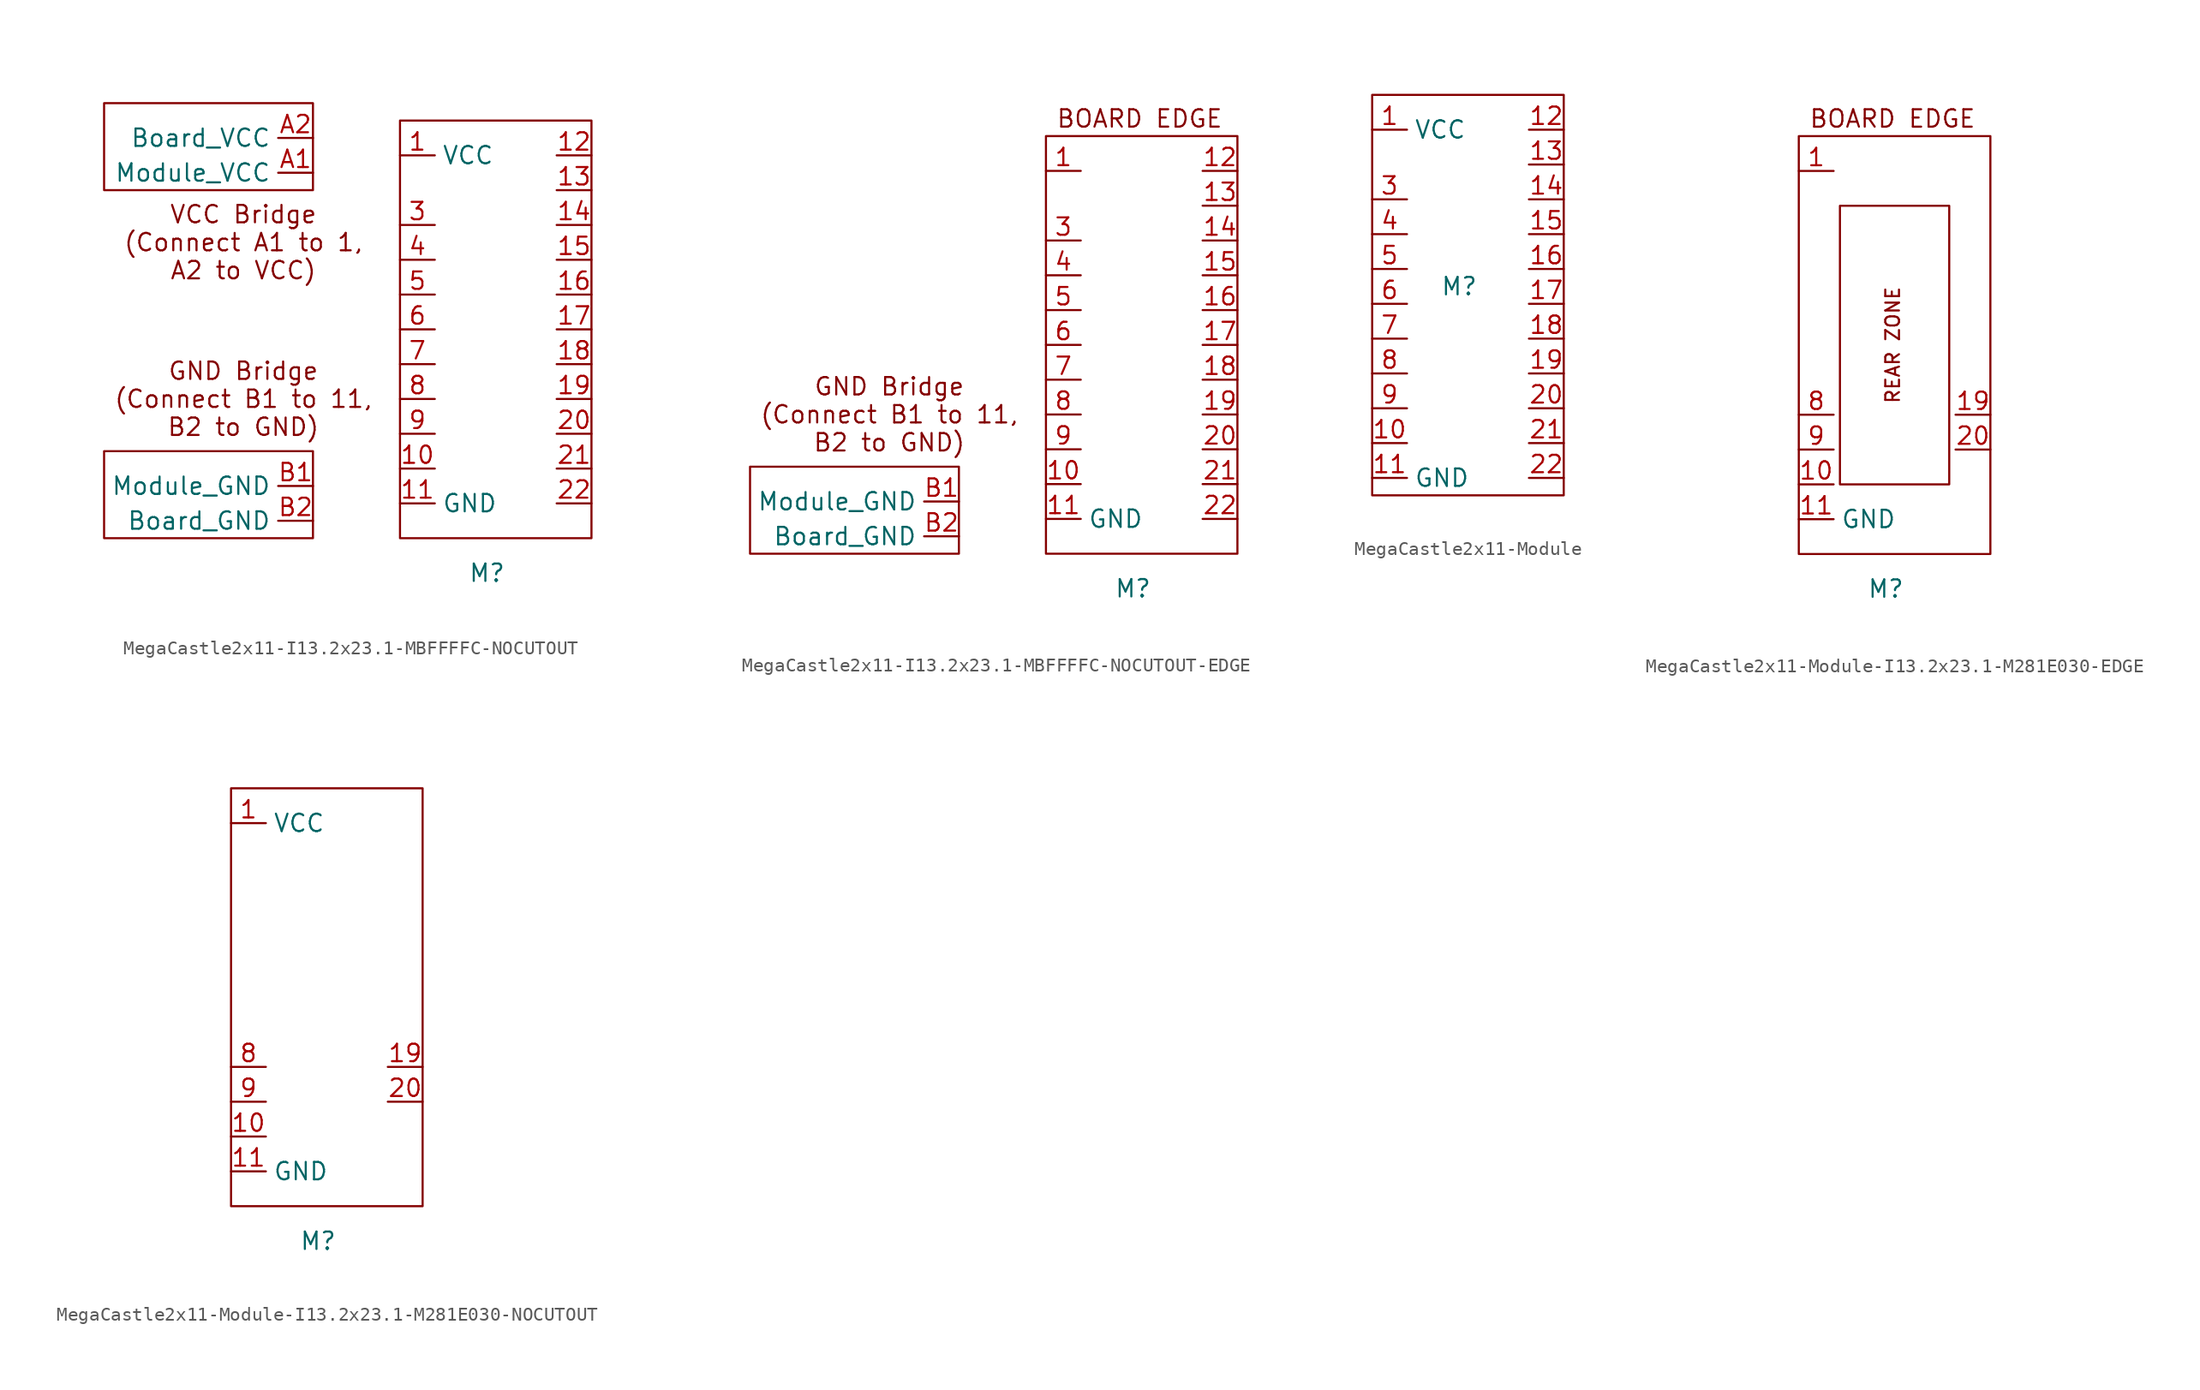
<source format=kicad_sym>
(kicad_symbol_lib
  (version 20231120)
  (generator "kicad_symbol_editor")
  (generator_version "8.0")
  (symbol "MegaCastle2x11-I13.2x23.1-MBFFFFC-NOCUTOUT"
    (property "Reference" "M"
      (at 0 -17.78 0)
      (effects (font (size 1.27 1.27))))
    (property "Value" ""
      (at 0 5.08 0)
      (effects (font (size 1.27 1.27))))
    (symbol "MegaCastle2x11-I13.2x23.1-MBFFFFC-NOCUTOUT_0_1"
      (rectangle (start -27.94 -8.89) (end -12.7 -15.24) (stroke (width 0) (type default)) (fill (type none)))
      (rectangle (start -27.94 16.51) (end -12.7 10.16) (stroke (width 0) (type default)) (fill (type none)))
      (rectangle (start -6.35 15.24) (end 7.62 -15.24) (stroke (width 0) (type default)) (fill (type none))))
    (symbol "MegaCastle2x11-I13.2x23.1-MBFFFFC-NOCUTOUT_1_1"
      (text "GND Bridge\n(Connect B1 to 11,\nB2 to GND)" (at -17.78 -5.08 0) (effects (font (size 1.27 1.27))))
      (text "VCC Bridge\n(Connect A1 to 1,\nA2 to VCC)" (at -17.78 6.35 0) (effects (font (size 1.27 1.27))))
      (pin bidirectional line (at -6.35 12.7 0) (length 2.54) (name "VCC" (effects (font (size 1.27 1.27)))) (number "1" (effects (font (size 1.27 1.27)))))
      (pin bidirectional line (at -6.35 -10.16 0) (length 2.54) (name "" (effects (font (size 1.27 1.27)))) (number "10" (effects (font (size 1.27 1.27)))))
      (pin bidirectional line (at -6.35 -12.7 0) (length 2.54) (name "GND" (effects (font (size 1.27 1.27)))) (number "11" (effects (font (size 1.27 1.27)))))
      (pin bidirectional line (at 7.62 12.7 180) (length 2.54) (name "" (effects (font (size 1.27 1.27)))) (number "12" (effects (font (size 1.27 1.27)))))
      (pin bidirectional line (at 7.62 10.16 180) (length 2.54) (name "" (effects (font (size 1.27 1.27)))) (number "13" (effects (font (size 1.27 1.27)))))
      (pin bidirectional line (at 7.62 7.62 180) (length 2.54) (name "" (effects (font (size 1.27 1.27)))) (number "14" (effects (font (size 1.27 1.27)))))
      (pin bidirectional line (at 7.62 5.08 180) (length 2.54) (name "" (effects (font (size 1.27 1.27)))) (number "15" (effects (font (size 1.27 1.27)))))
      (pin bidirectional line (at 7.62 2.54 180) (length 2.54) (name "" (effects (font (size 1.27 1.27)))) (number "16" (effects (font (size 1.27 1.27)))))
      (pin bidirectional line (at 7.62 0 180) (length 2.54) (name "" (effects (font (size 1.27 1.27)))) (number "17" (effects (font (size 1.27 1.27)))))
      (pin bidirectional line (at 7.62 -2.54 180) (length 2.54) (name "" (effects (font (size 1.27 1.27)))) (number "18" (effects (font (size 1.27 1.27)))))
      (pin bidirectional line (at 7.62 -5.08 180) (length 2.54) (name "" (effects (font (size 1.27 1.27)))) (number "19" (effects (font (size 1.27 1.27)))))
      (pin bidirectional line (at 7.62 -7.62 180) (length 2.54) (name "" (effects (font (size 1.27 1.27)))) (number "20" (effects (font (size 1.27 1.27)))))
      (pin bidirectional line (at 7.62 -10.16 180) (length 2.54) (name "" (effects (font (size 1.27 1.27)))) (number "21" (effects (font (size 1.27 1.27)))))
      (pin bidirectional line (at 7.62 -12.7 180) (length 2.54) (name "" (effects (font (size 1.27 1.27)))) (number "22" (effects (font (size 1.27 1.27)))))
      (pin bidirectional line (at -6.35 7.62 0) (length 2.54) (name "" (effects (font (size 1.27 1.27)))) (number "3" (effects (font (size 1.27 1.27)))))
      (pin bidirectional line (at -6.35 5.08 0) (length 2.54) (name "" (effects (font (size 1.27 1.27)))) (number "4" (effects (font (size 1.27 1.27)))))
      (pin bidirectional line (at -6.35 2.54 0) (length 2.54) (name "" (effects (font (size 1.27 1.27)))) (number "5" (effects (font (size 1.27 1.27)))))
      (pin bidirectional line (at -6.35 0 0) (length 2.54) (name "" (effects (font (size 1.27 1.27)))) (number "6" (effects (font (size 1.27 1.27)))))
      (pin bidirectional line (at -6.35 -2.54 0) (length 2.54) (name "" (effects (font (size 1.27 1.27)))) (number "7" (effects (font (size 1.27 1.27)))))
      (pin bidirectional line (at -6.35 -5.08 0) (length 2.54) (name "" (effects (font (size 1.27 1.27)))) (number "8" (effects (font (size 1.27 1.27)))))
      (pin bidirectional line (at -6.35 -7.62 0) (length 2.54) (name "" (effects (font (size 1.27 1.27)))) (number "9" (effects (font (size 1.27 1.27)))))
      (pin bidirectional line (at -12.7 11.43 180) (length 2.54) (name "Module_VCC" (effects (font (size 1.27 1.27)))) (number "A1" (effects (font (size 1.27 1.27)))))
      (pin bidirectional line (at -12.7 13.97 180) (length 2.54) (name "Board_VCC" (effects (font (size 1.27 1.27)))) (number "A2" (effects (font (size 1.27 1.27)))))
      (pin bidirectional line (at -12.7 -11.43 180) (length 2.54) (name "Module_GND" (effects (font (size 1.27 1.27)))) (number "B1" (effects (font (size 1.27 1.27)))))
      (pin bidirectional line (at -12.7 -13.97 180) (length 2.54) (name "Board_GND" (effects (font (size 1.27 1.27)))) (number "B2" (effects (font (size 1.27 1.27)))))))
  (symbol "MegaCastle2x11-I13.2x23.1-MBFFFFC-NOCUTOUT-EDGE"
    (property "Reference" "M"
      (at 0 -17.78 0)
      (effects (font (size 1.27 1.27))))
    (property "Value" ""
      (at 0 5.08 0)
      (effects (font (size 1.27 1.27))))
    (symbol "MegaCastle2x11-I13.2x23.1-MBFFFFC-NOCUTOUT-EDGE_0_1"
      (rectangle (start -27.94 -8.89) (end -12.7 -15.24) (stroke (width 0) (type default)) (fill (type none)))
      (rectangle (start -6.35 15.24) (end 7.62 -15.24) (stroke (width 0) (type default)) (fill (type none))))
    (symbol "MegaCastle2x11-I13.2x23.1-MBFFFFC-NOCUTOUT-EDGE_1_1"
      (text " BOARD EDGE" (at 0 16.51 0) (effects (font (size 1.27 1.27))))
      (text "GND Bridge\n(Connect B1 to 11,\nB2 to GND)" (at -17.78 -5.08 0) (effects (font (size 1.27 1.27))))
      (pin bidirectional line (at -6.35 12.7 0) (length 2.54) (name "" (effects (font (size 1.27 1.27)))) (number "1" (effects (font (size 1.27 1.27)))))
      (pin bidirectional line (at -6.35 -10.16 0) (length 2.54) (name "" (effects (font (size 1.27 1.27)))) (number "10" (effects (font (size 1.27 1.27)))))
      (pin bidirectional line (at -6.35 -12.7 0) (length 2.54) (name "GND" (effects (font (size 1.27 1.27)))) (number "11" (effects (font (size 1.27 1.27)))))
      (pin bidirectional line (at 7.62 12.7 180) (length 2.54) (name "" (effects (font (size 1.27 1.27)))) (number "12" (effects (font (size 1.27 1.27)))))
      (pin bidirectional line (at 7.62 10.16 180) (length 2.54) (name "" (effects (font (size 1.27 1.27)))) (number "13" (effects (font (size 1.27 1.27)))))
      (pin bidirectional line (at 7.62 7.62 180) (length 2.54) (name "" (effects (font (size 1.27 1.27)))) (number "14" (effects (font (size 1.27 1.27)))))
      (pin bidirectional line (at 7.62 5.08 180) (length 2.54) (name "" (effects (font (size 1.27 1.27)))) (number "15" (effects (font (size 1.27 1.27)))))
      (pin bidirectional line (at 7.62 2.54 180) (length 2.54) (name "" (effects (font (size 1.27 1.27)))) (number "16" (effects (font (size 1.27 1.27)))))
      (pin bidirectional line (at 7.62 0 180) (length 2.54) (name "" (effects (font (size 1.27 1.27)))) (number "17" (effects (font (size 1.27 1.27)))))
      (pin bidirectional line (at 7.62 -2.54 180) (length 2.54) (name "" (effects (font (size 1.27 1.27)))) (number "18" (effects (font (size 1.27 1.27)))))
      (pin bidirectional line (at 7.62 -5.08 180) (length 2.54) (name "" (effects (font (size 1.27 1.27)))) (number "19" (effects (font (size 1.27 1.27)))))
      (pin bidirectional line (at 7.62 -7.62 180) (length 2.54) (name "" (effects (font (size 1.27 1.27)))) (number "20" (effects (font (size 1.27 1.27)))))
      (pin bidirectional line (at 7.62 -10.16 180) (length 2.54) (name "" (effects (font (size 1.27 1.27)))) (number "21" (effects (font (size 1.27 1.27)))))
      (pin bidirectional line (at 7.62 -12.7 180) (length 2.54) (name "" (effects (font (size 1.27 1.27)))) (number "22" (effects (font (size 1.27 1.27)))))
      (pin bidirectional line (at -6.35 7.62 0) (length 2.54) (name "" (effects (font (size 1.27 1.27)))) (number "3" (effects (font (size 1.27 1.27)))))
      (pin bidirectional line (at -6.35 5.08 0) (length 2.54) (name "" (effects (font (size 1.27 1.27)))) (number "4" (effects (font (size 1.27 1.27)))))
      (pin bidirectional line (at -6.35 2.54 0) (length 2.54) (name "" (effects (font (size 1.27 1.27)))) (number "5" (effects (font (size 1.27 1.27)))))
      (pin bidirectional line (at -6.35 0 0) (length 2.54) (name "" (effects (font (size 1.27 1.27)))) (number "6" (effects (font (size 1.27 1.27)))))
      (pin bidirectional line (at -6.35 -2.54 0) (length 2.54) (name "" (effects (font (size 1.27 1.27)))) (number "7" (effects (font (size 1.27 1.27)))))
      (pin bidirectional line (at -6.35 -5.08 0) (length 2.54) (name "" (effects (font (size 1.27 1.27)))) (number "8" (effects (font (size 1.27 1.27)))))
      (pin bidirectional line (at -6.35 -7.62 0) (length 2.54) (name "" (effects (font (size 1.27 1.27)))) (number "9" (effects (font (size 1.27 1.27)))))
      (pin bidirectional line (at -12.7 -11.43 180) (length 2.54) (name "Module_GND" (effects (font (size 1.27 1.27)))) (number "B1" (effects (font (size 1.27 1.27)))))
      (pin bidirectional line (at -12.7 -13.97 180) (length 2.54) (name "Board_GND" (effects (font (size 1.27 1.27)))) (number "B2" (effects (font (size 1.27 1.27)))))))
  (symbol "MegaCastle2x11-Module"
    (property "Reference" "M"
      (at 0 0 0)
      (effects (font (size 1.27 1.27))))
    (property "Value" ""
      (at 0 5.08 0)
      (effects (font (size 1.27 1.27))))
    (symbol "MegaCastle2x11-Module_0_1"
      (rectangle (start -6.35 13.97) (end 7.62 -15.24) (stroke (width 0) (type default)) (fill (type none))))
    (symbol "MegaCastle2x11-Module_1_1"
      (pin bidirectional line (at -6.35 11.43 0) (length 2.54) (name "VCC" (effects (font (size 1.27 1.27)))) (number "1" (effects (font (size 1.27 1.27)))))
      (pin bidirectional line (at -6.35 -11.43 0) (length 2.54) (name "" (effects (font (size 1.27 1.27)))) (number "10" (effects (font (size 1.27 1.27)))))
      (pin bidirectional line (at -6.35 -13.97 0) (length 2.54) (name "GND" (effects (font (size 1.27 1.27)))) (number "11" (effects (font (size 1.27 1.27)))))
      (pin bidirectional line (at 7.62 11.43 180) (length 2.54) (name "" (effects (font (size 1.27 1.27)))) (number "12" (effects (font (size 1.27 1.27)))))
      (pin bidirectional line (at 7.62 8.89 180) (length 2.54) (name "" (effects (font (size 1.27 1.27)))) (number "13" (effects (font (size 1.27 1.27)))))
      (pin bidirectional line (at 7.62 6.35 180) (length 2.54) (name "" (effects (font (size 1.27 1.27)))) (number "14" (effects (font (size 1.27 1.27)))))
      (pin bidirectional line (at 7.62 3.81 180) (length 2.54) (name "" (effects (font (size 1.27 1.27)))) (number "15" (effects (font (size 1.27 1.27)))))
      (pin bidirectional line (at 7.62 1.27 180) (length 2.54) (name "" (effects (font (size 1.27 1.27)))) (number "16" (effects (font (size 1.27 1.27)))))
      (pin bidirectional line (at 7.62 -1.27 180) (length 2.54) (name "" (effects (font (size 1.27 1.27)))) (number "17" (effects (font (size 1.27 1.27)))))
      (pin bidirectional line (at 7.62 -3.81 180) (length 2.54) (name "" (effects (font (size 1.27 1.27)))) (number "18" (effects (font (size 1.27 1.27)))))
      (pin bidirectional line (at 7.62 -6.35 180) (length 2.54) (name "" (effects (font (size 1.27 1.27)))) (number "19" (effects (font (size 1.27 1.27)))))
      (pin bidirectional line (at 7.62 -8.89 180) (length 2.54) (name "" (effects (font (size 1.27 1.27)))) (number "20" (effects (font (size 1.27 1.27)))))
      (pin bidirectional line (at 7.62 -11.43 180) (length 2.54) (name "" (effects (font (size 1.27 1.27)))) (number "21" (effects (font (size 1.27 1.27)))))
      (pin bidirectional line (at 7.62 -13.97 180) (length 2.54) (name "" (effects (font (size 1.27 1.27)))) (number "22" (effects (font (size 1.27 1.27)))))
      (pin bidirectional line (at -6.35 6.35 0) (length 2.54) (name "" (effects (font (size 1.27 1.27)))) (number "3" (effects (font (size 1.27 1.27)))))
      (pin bidirectional line (at -6.35 3.81 0) (length 2.54) (name "" (effects (font (size 1.27 1.27)))) (number "4" (effects (font (size 1.27 1.27)))))
      (pin bidirectional line (at -6.35 1.27 0) (length 2.54) (name "" (effects (font (size 1.27 1.27)))) (number "5" (effects (font (size 1.27 1.27)))))
      (pin bidirectional line (at -6.35 -1.27 0) (length 2.54) (name "" (effects (font (size 1.27 1.27)))) (number "6" (effects (font (size 1.27 1.27)))))
      (pin bidirectional line (at -6.35 -3.81 0) (length 2.54) (name "" (effects (font (size 1.27 1.27)))) (number "7" (effects (font (size 1.27 1.27)))))
      (pin bidirectional line (at -6.35 -6.35 0) (length 2.54) (name "" (effects (font (size 1.27 1.27)))) (number "8" (effects (font (size 1.27 1.27)))))
      (pin bidirectional line (at -6.35 -8.89 0) (length 2.54) (name "" (effects (font (size 1.27 1.27)))) (number "9" (effects (font (size 1.27 1.27)))))))
  (symbol "MegaCastle2x11-Module-I13.2x23.1-M281E030-EDGE"
    (property "Reference" "M"
      (at 0 -17.78 0)
      (effects (font (size 1.27 1.27))))
    (property "Value" ""
      (at 0 5.08 0)
      (effects (font (size 1.27 1.27))))
    (symbol "MegaCastle2x11-Module-I13.2x23.1-M281E030-EDGE_0_1"
      (rectangle (start -6.35 15.24) (end 7.62 -15.24) (stroke (width 0) (type default)) (fill (type none)))
      (rectangle (start -3.35 10.16) (end 4.62 -10.16) (stroke (width 0) (type default)) (fill (type none))))
    (symbol "MegaCastle2x11-Module-I13.2x23.1-M281E030-EDGE_1_1"
      (text " BOARD EDGE" (at 0 16.51 0) (effects (font (size 1.27 1.27))))
      (text "REAR ZONE" (at 0.5 0 900) (effects (font (size 1 1))))
      (pin bidirectional line (at -6.35 12.7 0) (length 2.54) (name "" (effects (font (size 1.27 1.27)))) (number "1" (effects (font (size 1.27 1.27)))))
      (pin bidirectional line (at -6.35 -10.16 0) (length 2.54) (name "" (effects (font (size 1.27 1.27)))) (number "10" (effects (font (size 1.27 1.27)))))
      (pin bidirectional line (at -6.35 -12.7 0) (length 2.54) (name "GND" (effects (font (size 1.27 1.27)))) (number "11" (effects (font (size 1.27 1.27)))))
      (pin bidirectional line (at 7.62 -5.08 180) (length 2.54) (name "" (effects (font (size 1.27 1.27)))) (number "19" (effects (font (size 1.27 1.27)))))
      (pin bidirectional line (at 7.62 -7.62 180) (length 2.54) (name "" (effects (font (size 1.27 1.27)))) (number "20" (effects (font (size 1.27 1.27)))))
      (pin bidirectional line (at -6.35 -5.08 0) (length 2.54) (name "" (effects (font (size 1.27 1.27)))) (number "8" (effects (font (size 1.27 1.27)))))
      (pin bidirectional line (at -6.35 -7.62 0) (length 2.54) (name "" (effects (font (size 1.27 1.27)))) (number "9" (effects (font (size 1.27 1.27)))))))
  (symbol "MegaCastle2x11-Module-I13.2x23.1-M281E030-NOCUTOUT"
    (property "Reference" "M"
      (at 0 -17.78 0)
      (effects (font (size 1.27 1.27))))
    (property "Value" ""
      (at 0 5.08 0)
      (effects (font (size 1.27 1.27))))
    (symbol "MegaCastle2x11-Module-I13.2x23.1-M281E030-NOCUTOUT_0_1"
      (rectangle (start -6.35 15.24) (end 7.62 -15.24) (stroke (width 0) (type default)) (fill (type none))))
    (symbol "MegaCastle2x11-Module-I13.2x23.1-M281E030-NOCUTOUT_1_1"
      (pin bidirectional line (at -6.35 12.7 0) (length 2.54) (name "VCC" (effects (font (size 1.27 1.27)))) (number "1" (effects (font (size 1.27 1.27)))))
      (pin bidirectional line (at -6.35 -10.16 0) (length 2.54) (name "" (effects (font (size 1.27 1.27)))) (number "10" (effects (font (size 1.27 1.27)))))
      (pin bidirectional line (at -6.35 -12.7 0) (length 2.54) (name "GND" (effects (font (size 1.27 1.27)))) (number "11" (effects (font (size 1.27 1.27)))))
      (pin bidirectional line (at 7.62 -5.08 180) (length 2.54) (name "" (effects (font (size 1.27 1.27)))) (number "19" (effects (font (size 1.27 1.27)))))
      (pin bidirectional line (at 7.62 -7.62 180) (length 2.54) (name "" (effects (font (size 1.27 1.27)))) (number "20" (effects (font (size 1.27 1.27)))))
      (pin bidirectional line (at -6.35 -5.08 0) (length 2.54) (name "" (effects (font (size 1.27 1.27)))) (number "8" (effects (font (size 1.27 1.27)))))
      (pin bidirectional line (at -6.35 -7.62 0) (length 2.54) (name "" (effects (font (size 1.27 1.27)))) (number "9" (effects (font (size 1.27 1.27))))))))
</source>
